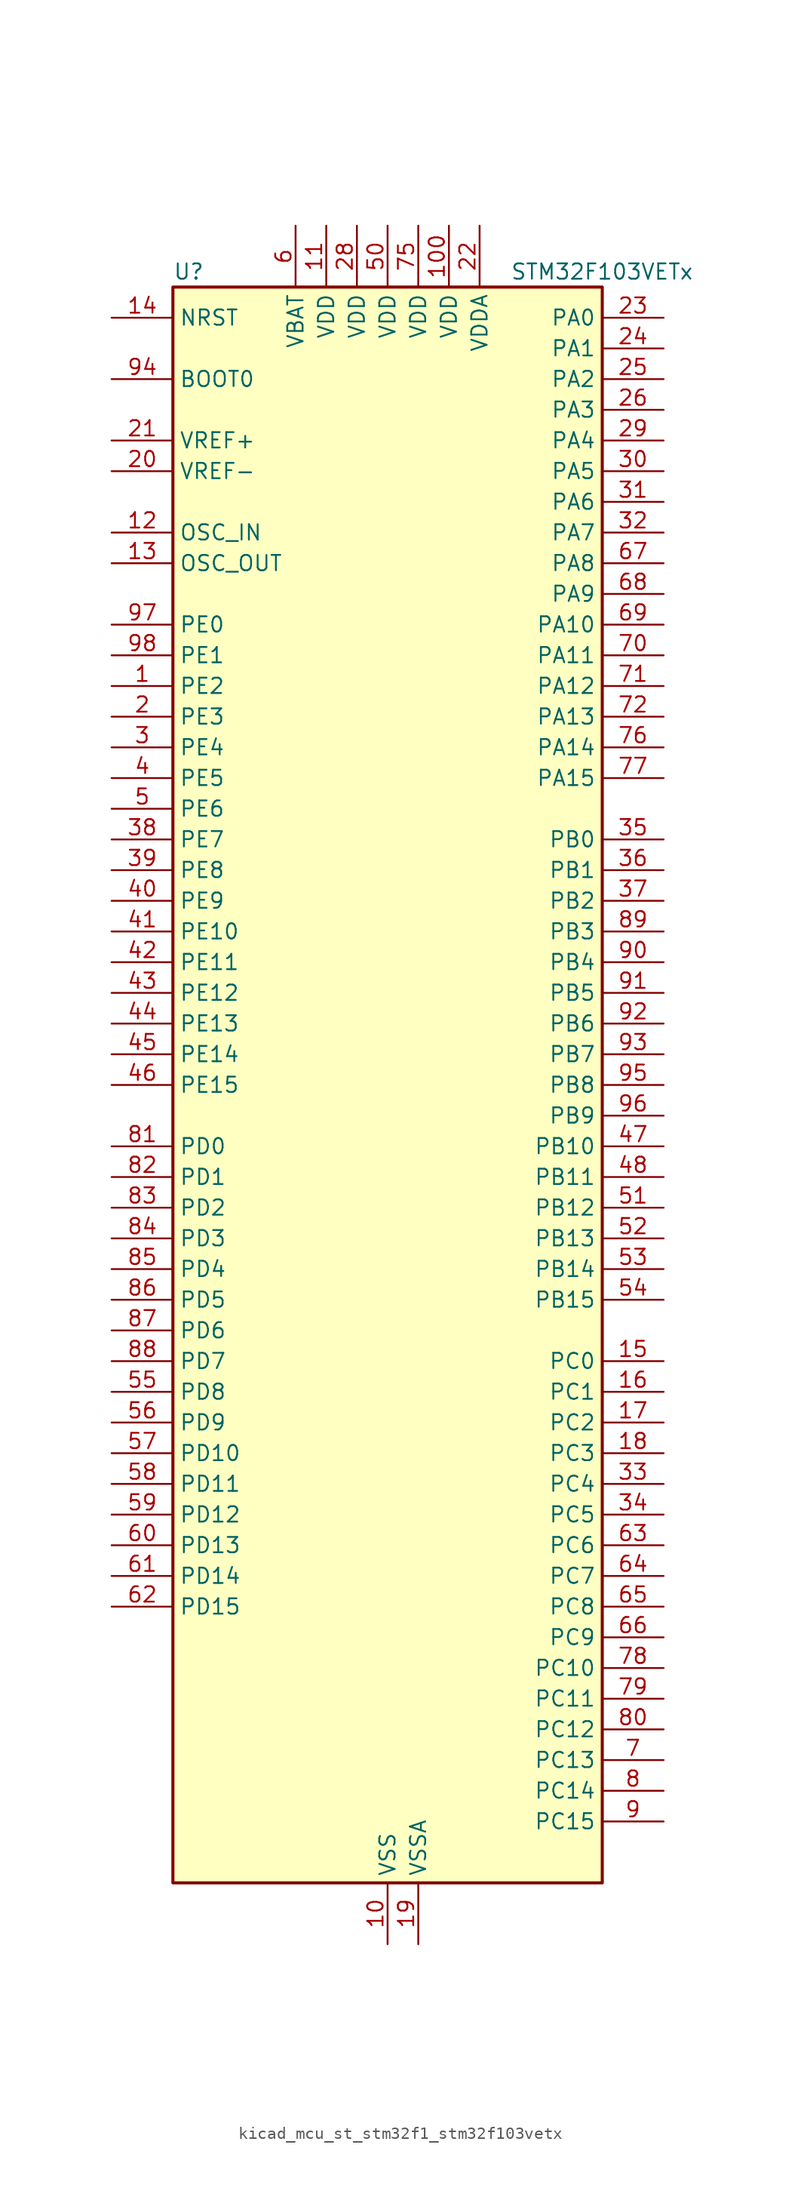
<source format=kicad_sym>
(kicad_symbol_lib
  (version 20220914)
  (generator kicad_symbol_editor)
  (symbol "kicad_mcu_st_stm32f1_stm32f103vetx"
    (property "Reference" "U"
      (at -17.78 67.31 0)
      (effects (font (size 1.27 1.27)) (justify left)))
    (property "Value" "STM32F103VETx"
      (at 10.16 67.31 0)
      (effects (font (size 1.27 1.27)) (justify left)))
    (property "ki_locked" ""
      (at 0 0 0)
      (effects (font (size 1.27 1.27))))
    (symbol "kicad_mcu_st_stm32f1_stm32f103vetx_0_1"
      (rectangle (start -17.78 -66.04) (end 17.78 66.04) (stroke (width 0.254) (type default)) (fill (type background))))
    (symbol "kicad_mcu_st_stm32f1_stm32f103vetx_1_1"
      (pin bidirectional line (at -22.86 33.02 0) (length 5.08) (name "PE2" (effects (font (size 1.27 1.27)))) (number "1" (effects (font (size 1.27 1.27)))) (alternate "FSMC_A23" bidirectional line) (alternate "SYS_TRACECLK" bidirectional line))
      (pin power_in line (at 0 -71.12 90) (length 5.08) (name "VSS" (effects (font (size 1.27 1.27)))) (number "10" (effects (font (size 1.27 1.27)))))
      (pin power_in line (at 5.08 71.12 270) (length 5.08) (name "VDD" (effects (font (size 1.27 1.27)))) (number "100" (effects (font (size 1.27 1.27)))))
      (pin power_in line (at -5.08 71.12 270) (length 5.08) (name "VDD" (effects (font (size 1.27 1.27)))) (number "11" (effects (font (size 1.27 1.27)))))
      (pin input line (at -22.86 45.72 0) (length 5.08) (name "OSC_IN" (effects (font (size 1.27 1.27)))) (number "12" (effects (font (size 1.27 1.27)))) (alternate "RCC_OSC_IN" bidirectional line))
      (pin input line (at -22.86 43.18 0) (length 5.08) (name "OSC_OUT" (effects (font (size 1.27 1.27)))) (number "13" (effects (font (size 1.27 1.27)))) (alternate "RCC_OSC_OUT" bidirectional line))
      (pin input line (at -22.86 63.5 0) (length 5.08) (name "NRST" (effects (font (size 1.27 1.27)))) (number "14" (effects (font (size 1.27 1.27)))))
      (pin bidirectional line (at 22.86 -22.86 180) (length 5.08) (name "PC0" (effects (font (size 1.27 1.27)))) (number "15" (effects (font (size 1.27 1.27)))) (alternate "ADC1_IN10" bidirectional line) (alternate "ADC2_IN10" bidirectional line) (alternate "ADC3_IN10" bidirectional line))
      (pin bidirectional line (at 22.86 -25.4 180) (length 5.08) (name "PC1" (effects (font (size 1.27 1.27)))) (number "16" (effects (font (size 1.27 1.27)))) (alternate "ADC1_IN11" bidirectional line) (alternate "ADC2_IN11" bidirectional line) (alternate "ADC3_IN11" bidirectional line))
      (pin bidirectional line (at 22.86 -27.94 180) (length 5.08) (name "PC2" (effects (font (size 1.27 1.27)))) (number "17" (effects (font (size 1.27 1.27)))) (alternate "ADC1_IN12" bidirectional line) (alternate "ADC2_IN12" bidirectional line) (alternate "ADC3_IN12" bidirectional line))
      (pin bidirectional line (at 22.86 -30.48 180) (length 5.08) (name "PC3" (effects (font (size 1.27 1.27)))) (number "18" (effects (font (size 1.27 1.27)))) (alternate "ADC1_IN13" bidirectional line) (alternate "ADC2_IN13" bidirectional line) (alternate "ADC3_IN13" bidirectional line))
      (pin power_in line (at 2.54 -71.12 90) (length 5.08) (name "VSSA" (effects (font (size 1.27 1.27)))) (number "19" (effects (font (size 1.27 1.27)))))
      (pin bidirectional line (at -22.86 30.48 0) (length 5.08) (name "PE3" (effects (font (size 1.27 1.27)))) (number "2" (effects (font (size 1.27 1.27)))) (alternate "FSMC_A19" bidirectional line) (alternate "SYS_TRACED0" bidirectional line))
      (pin input line (at -22.86 50.8 0) (length 5.08) (name "VREF-" (effects (font (size 1.27 1.27)))) (number "20" (effects (font (size 1.27 1.27)))))
      (pin input line (at -22.86 53.34 0) (length 5.08) (name "VREF+" (effects (font (size 1.27 1.27)))) (number "21" (effects (font (size 1.27 1.27)))))
      (pin power_in line (at 7.62 71.12 270) (length 5.08) (name "VDDA" (effects (font (size 1.27 1.27)))) (number "22" (effects (font (size 1.27 1.27)))))
      (pin bidirectional line (at 22.86 63.5 180) (length 5.08) (name "PA0" (effects (font (size 1.27 1.27)))) (number "23" (effects (font (size 1.27 1.27)))) (alternate "ADC1_IN0" bidirectional line) (alternate "ADC2_IN0" bidirectional line) (alternate "ADC3_IN0" bidirectional line) (alternate "SYS_WKUP" bidirectional line) (alternate "TIM2_CH1" bidirectional line) (alternate "TIM2_ETR" bidirectional line) (alternate "TIM5_CH1" bidirectional line) (alternate "TIM8_ETR" bidirectional line) (alternate "USART2_CTS" bidirectional line))
      (pin bidirectional line (at 22.86 60.96 180) (length 5.08) (name "PA1" (effects (font (size 1.27 1.27)))) (number "24" (effects (font (size 1.27 1.27)))) (alternate "ADC1_IN1" bidirectional line) (alternate "ADC2_IN1" bidirectional line) (alternate "ADC3_IN1" bidirectional line) (alternate "TIM2_CH2" bidirectional line) (alternate "TIM5_CH2" bidirectional line) (alternate "USART2_RTS" bidirectional line))
      (pin bidirectional line (at 22.86 58.42 180) (length 5.08) (name "PA2" (effects (font (size 1.27 1.27)))) (number "25" (effects (font (size 1.27 1.27)))) (alternate "ADC1_IN2" bidirectional line) (alternate "ADC2_IN2" bidirectional line) (alternate "ADC3_IN2" bidirectional line) (alternate "TIM2_CH3" bidirectional line) (alternate "TIM5_CH3" bidirectional line) (alternate "USART2_TX" bidirectional line))
      (pin bidirectional line (at 22.86 55.88 180) (length 5.08) (name "PA3" (effects (font (size 1.27 1.27)))) (number "26" (effects (font (size 1.27 1.27)))) (alternate "ADC1_IN3" bidirectional line) (alternate "ADC2_IN3" bidirectional line) (alternate "ADC3_IN3" bidirectional line) (alternate "TIM2_CH4" bidirectional line) (alternate "TIM5_CH4" bidirectional line) (alternate "USART2_RX" bidirectional line))
      (pin passive line (at 0 -71.12 90) (length 5.08) hide (name "VSS" (effects (font (size 1.27 1.27)))) (number "27" (effects (font (size 1.27 1.27)))))
      (pin power_in line (at -2.54 71.12 270) (length 5.08) (name "VDD" (effects (font (size 1.27 1.27)))) (number "28" (effects (font (size 1.27 1.27)))))
      (pin bidirectional line (at 22.86 53.34 180) (length 5.08) (name "PA4" (effects (font (size 1.27 1.27)))) (number "29" (effects (font (size 1.27 1.27)))) (alternate "ADC1_IN4" bidirectional line) (alternate "ADC2_IN4" bidirectional line) (alternate "DAC_OUT1" bidirectional line) (alternate "SPI1_NSS" bidirectional line) (alternate "USART2_CK" bidirectional line))
      (pin bidirectional line (at -22.86 27.94 0) (length 5.08) (name "PE4" (effects (font (size 1.27 1.27)))) (number "3" (effects (font (size 1.27 1.27)))) (alternate "FSMC_A20" bidirectional line) (alternate "SYS_TRACED1" bidirectional line))
      (pin bidirectional line (at 22.86 50.8 180) (length 5.08) (name "PA5" (effects (font (size 1.27 1.27)))) (number "30" (effects (font (size 1.27 1.27)))) (alternate "ADC1_IN5" bidirectional line) (alternate "ADC2_IN5" bidirectional line) (alternate "DAC_OUT2" bidirectional line) (alternate "SPI1_SCK" bidirectional line))
      (pin bidirectional line (at 22.86 48.26 180) (length 5.08) (name "PA6" (effects (font (size 1.27 1.27)))) (number "31" (effects (font (size 1.27 1.27)))) (alternate "ADC1_IN6" bidirectional line) (alternate "ADC2_IN6" bidirectional line) (alternate "SPI1_MISO" bidirectional line) (alternate "TIM1_BKIN" bidirectional line) (alternate "TIM3_CH1" bidirectional line) (alternate "TIM8_BKIN" bidirectional line))
      (pin bidirectional line (at 22.86 45.72 180) (length 5.08) (name "PA7" (effects (font (size 1.27 1.27)))) (number "32" (effects (font (size 1.27 1.27)))) (alternate "ADC1_IN7" bidirectional line) (alternate "ADC2_IN7" bidirectional line) (alternate "SPI1_MOSI" bidirectional line) (alternate "TIM1_CH1N" bidirectional line) (alternate "TIM3_CH2" bidirectional line) (alternate "TIM8_CH1N" bidirectional line))
      (pin bidirectional line (at 22.86 -33.02 180) (length 5.08) (name "PC4" (effects (font (size 1.27 1.27)))) (number "33" (effects (font (size 1.27 1.27)))) (alternate "ADC1_IN14" bidirectional line) (alternate "ADC2_IN14" bidirectional line))
      (pin bidirectional line (at 22.86 -35.56 180) (length 5.08) (name "PC5" (effects (font (size 1.27 1.27)))) (number "34" (effects (font (size 1.27 1.27)))) (alternate "ADC1_IN15" bidirectional line) (alternate "ADC2_IN15" bidirectional line))
      (pin bidirectional line (at 22.86 20.32 180) (length 5.08) (name "PB0" (effects (font (size 1.27 1.27)))) (number "35" (effects (font (size 1.27 1.27)))) (alternate "ADC1_IN8" bidirectional line) (alternate "ADC2_IN8" bidirectional line) (alternate "TIM1_CH2N" bidirectional line) (alternate "TIM3_CH3" bidirectional line) (alternate "TIM8_CH2N" bidirectional line))
      (pin bidirectional line (at 22.86 17.78 180) (length 5.08) (name "PB1" (effects (font (size 1.27 1.27)))) (number "36" (effects (font (size 1.27 1.27)))) (alternate "ADC1_IN9" bidirectional line) (alternate "ADC2_IN9" bidirectional line) (alternate "TIM1_CH3N" bidirectional line) (alternate "TIM3_CH4" bidirectional line) (alternate "TIM8_CH3N" bidirectional line))
      (pin bidirectional line (at 22.86 15.24 180) (length 5.08) (name "PB2" (effects (font (size 1.27 1.27)))) (number "37" (effects (font (size 1.27 1.27)))))
      (pin bidirectional line (at -22.86 20.32 0) (length 5.08) (name "PE7" (effects (font (size 1.27 1.27)))) (number "38" (effects (font (size 1.27 1.27)))) (alternate "FSMC_D4" bidirectional line) (alternate "FSMC_DA4" bidirectional line) (alternate "TIM1_ETR" bidirectional line))
      (pin bidirectional line (at -22.86 17.78 0) (length 5.08) (name "PE8" (effects (font (size 1.27 1.27)))) (number "39" (effects (font (size 1.27 1.27)))) (alternate "FSMC_D5" bidirectional line) (alternate "FSMC_DA5" bidirectional line) (alternate "TIM1_CH1N" bidirectional line))
      (pin bidirectional line (at -22.86 25.4 0) (length 5.08) (name "PE5" (effects (font (size 1.27 1.27)))) (number "4" (effects (font (size 1.27 1.27)))) (alternate "FSMC_A21" bidirectional line) (alternate "SYS_TRACED2" bidirectional line))
      (pin bidirectional line (at -22.86 15.24 0) (length 5.08) (name "PE9" (effects (font (size 1.27 1.27)))) (number "40" (effects (font (size 1.27 1.27)))) (alternate "DAC_EXTI9" bidirectional line) (alternate "FSMC_D6" bidirectional line) (alternate "FSMC_DA6" bidirectional line) (alternate "TIM1_CH1" bidirectional line))
      (pin bidirectional line (at -22.86 12.7 0) (length 5.08) (name "PE10" (effects (font (size 1.27 1.27)))) (number "41" (effects (font (size 1.27 1.27)))) (alternate "FSMC_D7" bidirectional line) (alternate "FSMC_DA7" bidirectional line) (alternate "TIM1_CH2N" bidirectional line))
      (pin bidirectional line (at -22.86 10.16 0) (length 5.08) (name "PE11" (effects (font (size 1.27 1.27)))) (number "42" (effects (font (size 1.27 1.27)))) (alternate "ADC1_EXTI11" bidirectional line) (alternate "ADC2_EXTI11" bidirectional line) (alternate "FSMC_D8" bidirectional line) (alternate "FSMC_DA8" bidirectional line) (alternate "TIM1_CH2" bidirectional line))
      (pin bidirectional line (at -22.86 7.62 0) (length 5.08) (name "PE12" (effects (font (size 1.27 1.27)))) (number "43" (effects (font (size 1.27 1.27)))) (alternate "FSMC_D9" bidirectional line) (alternate "FSMC_DA9" bidirectional line) (alternate "TIM1_CH3N" bidirectional line))
      (pin bidirectional line (at -22.86 5.08 0) (length 5.08) (name "PE13" (effects (font (size 1.27 1.27)))) (number "44" (effects (font (size 1.27 1.27)))) (alternate "FSMC_D10" bidirectional line) (alternate "FSMC_DA10" bidirectional line) (alternate "TIM1_CH3" bidirectional line))
      (pin bidirectional line (at -22.86 2.54 0) (length 5.08) (name "PE14" (effects (font (size 1.27 1.27)))) (number "45" (effects (font (size 1.27 1.27)))) (alternate "FSMC_D11" bidirectional line) (alternate "FSMC_DA11" bidirectional line) (alternate "TIM1_CH4" bidirectional line))
      (pin bidirectional line (at -22.86 0 0) (length 5.08) (name "PE15" (effects (font (size 1.27 1.27)))) (number "46" (effects (font (size 1.27 1.27)))) (alternate "ADC1_EXTI15" bidirectional line) (alternate "ADC2_EXTI15" bidirectional line) (alternate "FSMC_D12" bidirectional line) (alternate "FSMC_DA12" bidirectional line) (alternate "TIM1_BKIN" bidirectional line))
      (pin bidirectional line (at 22.86 -5.08 180) (length 5.08) (name "PB10" (effects (font (size 1.27 1.27)))) (number "47" (effects (font (size 1.27 1.27)))) (alternate "I2C2_SCL" bidirectional line) (alternate "TIM2_CH3" bidirectional line) (alternate "USART3_TX" bidirectional line))
      (pin bidirectional line (at 22.86 -7.62 180) (length 5.08) (name "PB11" (effects (font (size 1.27 1.27)))) (number "48" (effects (font (size 1.27 1.27)))) (alternate "ADC1_EXTI11" bidirectional line) (alternate "ADC2_EXTI11" bidirectional line) (alternate "I2C2_SDA" bidirectional line) (alternate "TIM2_CH4" bidirectional line) (alternate "USART3_RX" bidirectional line))
      (pin passive line (at 0 -71.12 90) (length 5.08) hide (name "VSS" (effects (font (size 1.27 1.27)))) (number "49" (effects (font (size 1.27 1.27)))))
      (pin bidirectional line (at -22.86 22.86 0) (length 5.08) (name "PE6" (effects (font (size 1.27 1.27)))) (number "5" (effects (font (size 1.27 1.27)))) (alternate "FSMC_A22" bidirectional line) (alternate "SYS_TRACED3" bidirectional line))
      (pin power_in line (at 0 71.12 270) (length 5.08) (name "VDD" (effects (font (size 1.27 1.27)))) (number "50" (effects (font (size 1.27 1.27)))))
      (pin bidirectional line (at 22.86 -10.16 180) (length 5.08) (name "PB12" (effects (font (size 1.27 1.27)))) (number "51" (effects (font (size 1.27 1.27)))) (alternate "I2C2_SMBA" bidirectional line) (alternate "I2S2_WS" bidirectional line) (alternate "SPI2_NSS" bidirectional line) (alternate "TIM1_BKIN" bidirectional line) (alternate "USART3_CK" bidirectional line))
      (pin bidirectional line (at 22.86 -12.7 180) (length 5.08) (name "PB13" (effects (font (size 1.27 1.27)))) (number "52" (effects (font (size 1.27 1.27)))) (alternate "I2S2_CK" bidirectional line) (alternate "SPI2_SCK" bidirectional line) (alternate "TIM1_CH1N" bidirectional line) (alternate "USART3_CTS" bidirectional line))
      (pin bidirectional line (at 22.86 -15.24 180) (length 5.08) (name "PB14" (effects (font (size 1.27 1.27)))) (number "53" (effects (font (size 1.27 1.27)))) (alternate "SPI2_MISO" bidirectional line) (alternate "TIM1_CH2N" bidirectional line) (alternate "USART3_RTS" bidirectional line))
      (pin bidirectional line (at 22.86 -17.78 180) (length 5.08) (name "PB15" (effects (font (size 1.27 1.27)))) (number "54" (effects (font (size 1.27 1.27)))) (alternate "ADC1_EXTI15" bidirectional line) (alternate "ADC2_EXTI15" bidirectional line) (alternate "I2S2_SD" bidirectional line) (alternate "SPI2_MOSI" bidirectional line) (alternate "TIM1_CH3N" bidirectional line))
      (pin bidirectional line (at -22.86 -25.4 0) (length 5.08) (name "PD8" (effects (font (size 1.27 1.27)))) (number "55" (effects (font (size 1.27 1.27)))) (alternate "FSMC_D13" bidirectional line) (alternate "FSMC_DA13" bidirectional line) (alternate "USART3_TX" bidirectional line))
      (pin bidirectional line (at -22.86 -27.94 0) (length 5.08) (name "PD9" (effects (font (size 1.27 1.27)))) (number "56" (effects (font (size 1.27 1.27)))) (alternate "DAC_EXTI9" bidirectional line) (alternate "FSMC_D14" bidirectional line) (alternate "FSMC_DA14" bidirectional line) (alternate "USART3_RX" bidirectional line))
      (pin bidirectional line (at -22.86 -30.48 0) (length 5.08) (name "PD10" (effects (font (size 1.27 1.27)))) (number "57" (effects (font (size 1.27 1.27)))) (alternate "FSMC_D15" bidirectional line) (alternate "FSMC_DA15" bidirectional line) (alternate "USART3_CK" bidirectional line))
      (pin bidirectional line (at -22.86 -33.02 0) (length 5.08) (name "PD11" (effects (font (size 1.27 1.27)))) (number "58" (effects (font (size 1.27 1.27)))) (alternate "ADC1_EXTI11" bidirectional line) (alternate "ADC2_EXTI11" bidirectional line) (alternate "FSMC_A16" bidirectional line) (alternate "FSMC_CLE" bidirectional line) (alternate "USART3_CTS" bidirectional line))
      (pin bidirectional line (at -22.86 -35.56 0) (length 5.08) (name "PD12" (effects (font (size 1.27 1.27)))) (number "59" (effects (font (size 1.27 1.27)))) (alternate "FSMC_A17" bidirectional line) (alternate "FSMC_ALE" bidirectional line) (alternate "TIM4_CH1" bidirectional line) (alternate "USART3_RTS" bidirectional line))
      (pin power_in line (at -7.62 71.12 270) (length 5.08) (name "VBAT" (effects (font (size 1.27 1.27)))) (number "6" (effects (font (size 1.27 1.27)))))
      (pin bidirectional line (at -22.86 -38.1 0) (length 5.08) (name "PD13" (effects (font (size 1.27 1.27)))) (number "60" (effects (font (size 1.27 1.27)))) (alternate "FSMC_A18" bidirectional line) (alternate "TIM4_CH2" bidirectional line))
      (pin bidirectional line (at -22.86 -40.64 0) (length 5.08) (name "PD14" (effects (font (size 1.27 1.27)))) (number "61" (effects (font (size 1.27 1.27)))) (alternate "FSMC_D0" bidirectional line) (alternate "FSMC_DA0" bidirectional line) (alternate "TIM4_CH3" bidirectional line))
      (pin bidirectional line (at -22.86 -43.18 0) (length 5.08) (name "PD15" (effects (font (size 1.27 1.27)))) (number "62" (effects (font (size 1.27 1.27)))) (alternate "ADC1_EXTI15" bidirectional line) (alternate "ADC2_EXTI15" bidirectional line) (alternate "FSMC_D1" bidirectional line) (alternate "FSMC_DA1" bidirectional line) (alternate "TIM4_CH4" bidirectional line))
      (pin bidirectional line (at 22.86 -38.1 180) (length 5.08) (name "PC6" (effects (font (size 1.27 1.27)))) (number "63" (effects (font (size 1.27 1.27)))) (alternate "I2S2_MCK" bidirectional line) (alternate "SDIO_D6" bidirectional line) (alternate "TIM3_CH1" bidirectional line) (alternate "TIM8_CH1" bidirectional line))
      (pin bidirectional line (at 22.86 -40.64 180) (length 5.08) (name "PC7" (effects (font (size 1.27 1.27)))) (number "64" (effects (font (size 1.27 1.27)))) (alternate "I2S3_MCK" bidirectional line) (alternate "SDIO_D7" bidirectional line) (alternate "TIM3_CH2" bidirectional line) (alternate "TIM8_CH2" bidirectional line))
      (pin bidirectional line (at 22.86 -43.18 180) (length 5.08) (name "PC8" (effects (font (size 1.27 1.27)))) (number "65" (effects (font (size 1.27 1.27)))) (alternate "SDIO_D0" bidirectional line) (alternate "TIM3_CH3" bidirectional line) (alternate "TIM8_CH3" bidirectional line))
      (pin bidirectional line (at 22.86 -45.72 180) (length 5.08) (name "PC9" (effects (font (size 1.27 1.27)))) (number "66" (effects (font (size 1.27 1.27)))) (alternate "DAC_EXTI9" bidirectional line) (alternate "SDIO_D1" bidirectional line) (alternate "TIM3_CH4" bidirectional line) (alternate "TIM8_CH4" bidirectional line))
      (pin bidirectional line (at 22.86 43.18 180) (length 5.08) (name "PA8" (effects (font (size 1.27 1.27)))) (number "67" (effects (font (size 1.27 1.27)))) (alternate "RCC_MCO" bidirectional line) (alternate "TIM1_CH1" bidirectional line) (alternate "USART1_CK" bidirectional line))
      (pin bidirectional line (at 22.86 40.64 180) (length 5.08) (name "PA9" (effects (font (size 1.27 1.27)))) (number "68" (effects (font (size 1.27 1.27)))) (alternate "DAC_EXTI9" bidirectional line) (alternate "TIM1_CH2" bidirectional line) (alternate "USART1_TX" bidirectional line))
      (pin bidirectional line (at 22.86 38.1 180) (length 5.08) (name "PA10" (effects (font (size 1.27 1.27)))) (number "69" (effects (font (size 1.27 1.27)))) (alternate "TIM1_CH3" bidirectional line) (alternate "USART1_RX" bidirectional line))
      (pin bidirectional line (at 22.86 -55.88 180) (length 5.08) (name "PC13" (effects (font (size 1.27 1.27)))) (number "7" (effects (font (size 1.27 1.27)))) (alternate "RTC_OUT" bidirectional line) (alternate "RTC_TAMPER" bidirectional line))
      (pin bidirectional line (at 22.86 35.56 180) (length 5.08) (name "PA11" (effects (font (size 1.27 1.27)))) (number "70" (effects (font (size 1.27 1.27)))) (alternate "ADC1_EXTI11" bidirectional line) (alternate "ADC2_EXTI11" bidirectional line) (alternate "CAN_RX" bidirectional line) (alternate "TIM1_CH4" bidirectional line) (alternate "USART1_CTS" bidirectional line) (alternate "USB_DM" bidirectional line))
      (pin bidirectional line (at 22.86 33.02 180) (length 5.08) (name "PA12" (effects (font (size 1.27 1.27)))) (number "71" (effects (font (size 1.27 1.27)))) (alternate "CAN_TX" bidirectional line) (alternate "TIM1_ETR" bidirectional line) (alternate "USART1_RTS" bidirectional line) (alternate "USB_DP" bidirectional line))
      (pin bidirectional line (at 22.86 30.48 180) (length 5.08) (name "PA13" (effects (font (size 1.27 1.27)))) (number "72" (effects (font (size 1.27 1.27)))) (alternate "SYS_JTMS-SWDIO" bidirectional line))
      (pin no_connect line (at -17.78 -66.04 0) (length 5.08) hide (name "NC" (effects (font (size 1.27 1.27)))) (number "73" (effects (font (size 1.27 1.27)))))
      (pin passive line (at 0 -71.12 90) (length 5.08) hide (name "VSS" (effects (font (size 1.27 1.27)))) (number "74" (effects (font (size 1.27 1.27)))))
      (pin power_in line (at 2.54 71.12 270) (length 5.08) (name "VDD" (effects (font (size 1.27 1.27)))) (number "75" (effects (font (size 1.27 1.27)))))
      (pin bidirectional line (at 22.86 27.94 180) (length 5.08) (name "PA14" (effects (font (size 1.27 1.27)))) (number "76" (effects (font (size 1.27 1.27)))) (alternate "SYS_JTCK-SWCLK" bidirectional line))
      (pin bidirectional line (at 22.86 25.4 180) (length 5.08) (name "PA15" (effects (font (size 1.27 1.27)))) (number "77" (effects (font (size 1.27 1.27)))) (alternate "ADC1_EXTI15" bidirectional line) (alternate "ADC2_EXTI15" bidirectional line) (alternate "I2S3_WS" bidirectional line) (alternate "SPI1_NSS" bidirectional line) (alternate "SPI3_NSS" bidirectional line) (alternate "SYS_JTDI" bidirectional line) (alternate "TIM2_CH1" bidirectional line) (alternate "TIM2_ETR" bidirectional line))
      (pin bidirectional line (at 22.86 -48.26 180) (length 5.08) (name "PC10" (effects (font (size 1.27 1.27)))) (number "78" (effects (font (size 1.27 1.27)))) (alternate "SDIO_D2" bidirectional line) (alternate "UART4_TX" bidirectional line) (alternate "USART3_TX" bidirectional line))
      (pin bidirectional line (at 22.86 -50.8 180) (length 5.08) (name "PC11" (effects (font (size 1.27 1.27)))) (number "79" (effects (font (size 1.27 1.27)))) (alternate "ADC1_EXTI11" bidirectional line) (alternate "ADC2_EXTI11" bidirectional line) (alternate "SDIO_D3" bidirectional line) (alternate "UART4_RX" bidirectional line) (alternate "USART3_RX" bidirectional line))
      (pin bidirectional line (at 22.86 -58.42 180) (length 5.08) (name "PC14" (effects (font (size 1.27 1.27)))) (number "8" (effects (font (size 1.27 1.27)))) (alternate "RCC_OSC32_IN" bidirectional line))
      (pin bidirectional line (at 22.86 -53.34 180) (length 5.08) (name "PC12" (effects (font (size 1.27 1.27)))) (number "80" (effects (font (size 1.27 1.27)))) (alternate "SDIO_CK" bidirectional line) (alternate "UART5_TX" bidirectional line) (alternate "USART3_CK" bidirectional line))
      (pin bidirectional line (at -22.86 -5.08 0) (length 5.08) (name "PD0" (effects (font (size 1.27 1.27)))) (number "81" (effects (font (size 1.27 1.27)))) (alternate "CAN_RX" bidirectional line) (alternate "FSMC_D2" bidirectional line) (alternate "FSMC_DA2" bidirectional line))
      (pin bidirectional line (at -22.86 -7.62 0) (length 5.08) (name "PD1" (effects (font (size 1.27 1.27)))) (number "82" (effects (font (size 1.27 1.27)))) (alternate "CAN_TX" bidirectional line) (alternate "FSMC_D3" bidirectional line) (alternate "FSMC_DA3" bidirectional line))
      (pin bidirectional line (at -22.86 -10.16 0) (length 5.08) (name "PD2" (effects (font (size 1.27 1.27)))) (number "83" (effects (font (size 1.27 1.27)))) (alternate "SDIO_CMD" bidirectional line) (alternate "TIM3_ETR" bidirectional line) (alternate "UART5_RX" bidirectional line))
      (pin bidirectional line (at -22.86 -12.7 0) (length 5.08) (name "PD3" (effects (font (size 1.27 1.27)))) (number "84" (effects (font (size 1.27 1.27)))) (alternate "FSMC_CLK" bidirectional line) (alternate "USART2_CTS" bidirectional line))
      (pin bidirectional line (at -22.86 -15.24 0) (length 5.08) (name "PD4" (effects (font (size 1.27 1.27)))) (number "85" (effects (font (size 1.27 1.27)))) (alternate "FSMC_NOE" bidirectional line) (alternate "USART2_RTS" bidirectional line))
      (pin bidirectional line (at -22.86 -17.78 0) (length 5.08) (name "PD5" (effects (font (size 1.27 1.27)))) (number "86" (effects (font (size 1.27 1.27)))) (alternate "FSMC_NWE" bidirectional line) (alternate "USART2_TX" bidirectional line))
      (pin bidirectional line (at -22.86 -20.32 0) (length 5.08) (name "PD6" (effects (font (size 1.27 1.27)))) (number "87" (effects (font (size 1.27 1.27)))) (alternate "FSMC_NWAIT" bidirectional line) (alternate "USART2_RX" bidirectional line))
      (pin bidirectional line (at -22.86 -22.86 0) (length 5.08) (name "PD7" (effects (font (size 1.27 1.27)))) (number "88" (effects (font (size 1.27 1.27)))) (alternate "FSMC_NCE2" bidirectional line) (alternate "FSMC_NE1" bidirectional line) (alternate "USART2_CK" bidirectional line))
      (pin bidirectional line (at 22.86 12.7 180) (length 5.08) (name "PB3" (effects (font (size 1.27 1.27)))) (number "89" (effects (font (size 1.27 1.27)))) (alternate "I2S3_CK" bidirectional line) (alternate "SPI1_SCK" bidirectional line) (alternate "SPI3_SCK" bidirectional line) (alternate "SYS_JTDO-TRACESWO" bidirectional line) (alternate "TIM2_CH2" bidirectional line))
      (pin bidirectional line (at 22.86 -60.96 180) (length 5.08) (name "PC15" (effects (font (size 1.27 1.27)))) (number "9" (effects (font (size 1.27 1.27)))) (alternate "ADC1_EXTI15" bidirectional line) (alternate "ADC2_EXTI15" bidirectional line) (alternate "RCC_OSC32_OUT" bidirectional line))
      (pin bidirectional line (at 22.86 10.16 180) (length 5.08) (name "PB4" (effects (font (size 1.27 1.27)))) (number "90" (effects (font (size 1.27 1.27)))) (alternate "SPI1_MISO" bidirectional line) (alternate "SPI3_MISO" bidirectional line) (alternate "SYS_NJTRST" bidirectional line) (alternate "TIM3_CH1" bidirectional line))
      (pin bidirectional line (at 22.86 7.62 180) (length 5.08) (name "PB5" (effects (font (size 1.27 1.27)))) (number "91" (effects (font (size 1.27 1.27)))) (alternate "I2C1_SMBA" bidirectional line) (alternate "I2S3_SD" bidirectional line) (alternate "SPI1_MOSI" bidirectional line) (alternate "SPI3_MOSI" bidirectional line) (alternate "TIM3_CH2" bidirectional line))
      (pin bidirectional line (at 22.86 5.08 180) (length 5.08) (name "PB6" (effects (font (size 1.27 1.27)))) (number "92" (effects (font (size 1.27 1.27)))) (alternate "I2C1_SCL" bidirectional line) (alternate "TIM4_CH1" bidirectional line) (alternate "USART1_TX" bidirectional line))
      (pin bidirectional line (at 22.86 2.54 180) (length 5.08) (name "PB7" (effects (font (size 1.27 1.27)))) (number "93" (effects (font (size 1.27 1.27)))) (alternate "FSMC_NL" bidirectional line) (alternate "I2C1_SDA" bidirectional line) (alternate "TIM4_CH2" bidirectional line) (alternate "USART1_RX" bidirectional line))
      (pin input line (at -22.86 58.42 0) (length 5.08) (name "BOOT0" (effects (font (size 1.27 1.27)))) (number "94" (effects (font (size 1.27 1.27)))))
      (pin bidirectional line (at 22.86 0 180) (length 5.08) (name "PB8" (effects (font (size 1.27 1.27)))) (number "95" (effects (font (size 1.27 1.27)))) (alternate "CAN_RX" bidirectional line) (alternate "I2C1_SCL" bidirectional line) (alternate "SDIO_D4" bidirectional line) (alternate "TIM4_CH3" bidirectional line))
      (pin bidirectional line (at 22.86 -2.54 180) (length 5.08) (name "PB9" (effects (font (size 1.27 1.27)))) (number "96" (effects (font (size 1.27 1.27)))) (alternate "CAN_TX" bidirectional line) (alternate "DAC_EXTI9" bidirectional line) (alternate "I2C1_SDA" bidirectional line) (alternate "SDIO_D5" bidirectional line) (alternate "TIM4_CH4" bidirectional line))
      (pin bidirectional line (at -22.86 38.1 0) (length 5.08) (name "PE0" (effects (font (size 1.27 1.27)))) (number "97" (effects (font (size 1.27 1.27)))) (alternate "FSMC_NBL0" bidirectional line) (alternate "TIM4_ETR" bidirectional line))
      (pin bidirectional line (at -22.86 35.56 0) (length 5.08) (name "PE1" (effects (font (size 1.27 1.27)))) (number "98" (effects (font (size 1.27 1.27)))) (alternate "FSMC_NBL1" bidirectional line))
      (pin passive line (at 0 -71.12 90) (length 5.08) hide (name "VSS" (effects (font (size 1.27 1.27)))) (number "99" (effects (font (size 1.27 1.27))))))))
</source>
